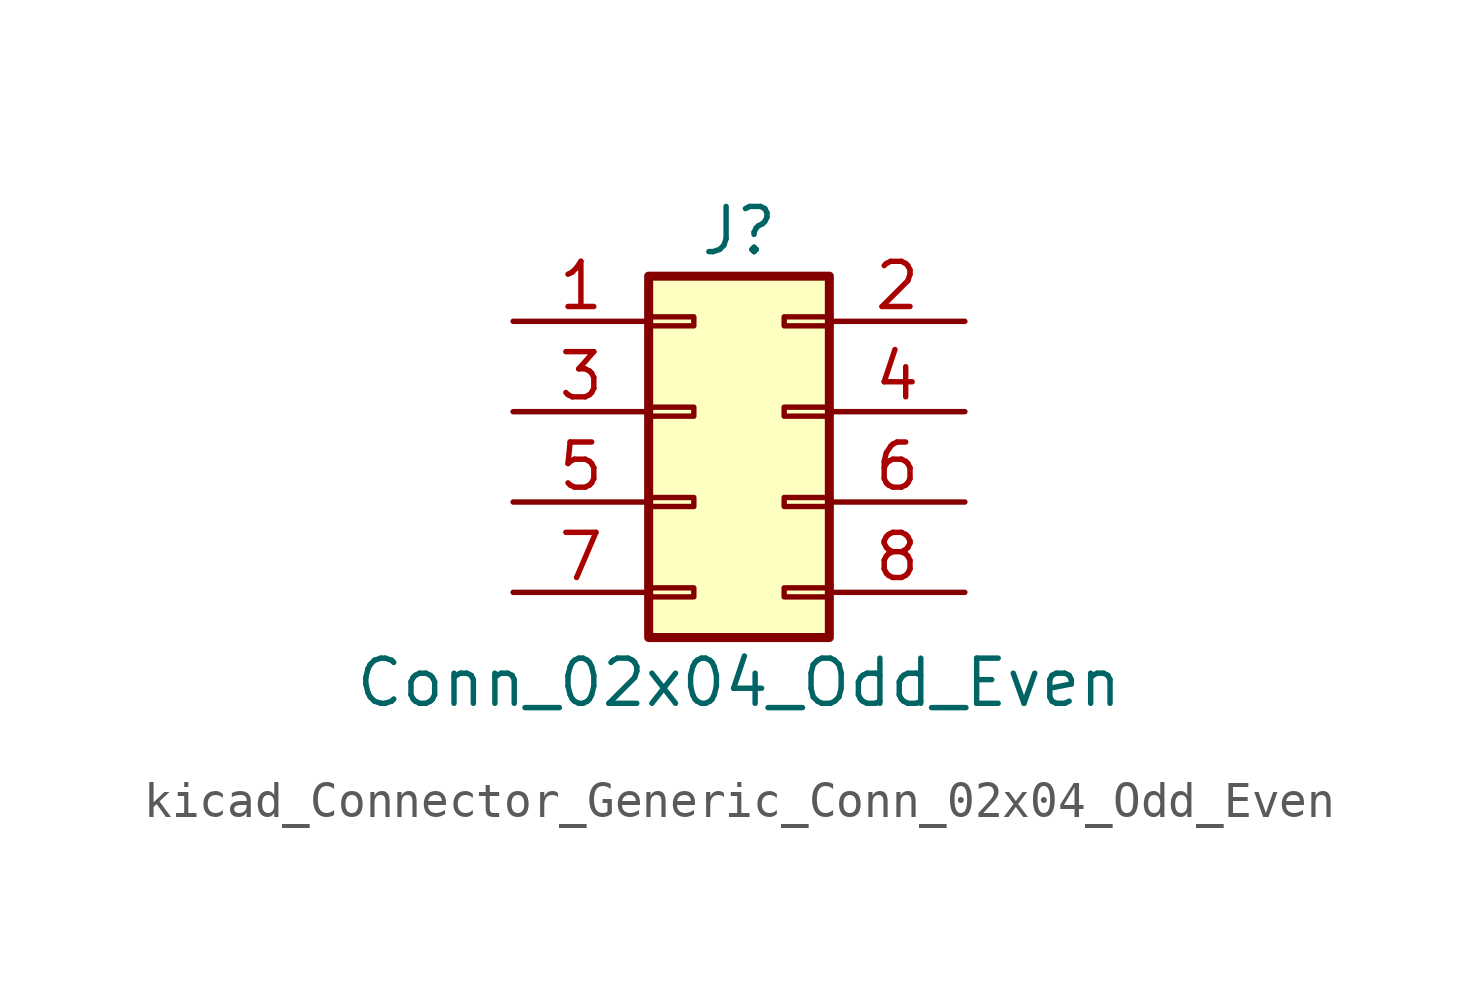
<source format=kicad_sym>
(kicad_symbol_lib
  (version 20220914)
  (generator kicad_symbol_editor)
  (symbol "kicad_Connector_Generic_Conn_02x04_Odd_Even"
    (pin_names
      (offset 1.016) hide)
    (property "Reference" "J"
      (at 1.27 5.08 0)
      (effects (font (size 1.27 1.27))))
    (property "Value" "Conn_02x04_Odd_Even"
      (at 1.27 -7.62 0)
      (effects (font (size 1.27 1.27))))
    (symbol "kicad_Connector_Generic_Conn_02x04_Odd_Even_1_1"
      (rectangle (start -1.27 -4.953) (end 0 -5.207) (stroke (width 0.152) (type default)) (fill (type none)))
      (rectangle (start -1.27 -2.413) (end 0 -2.667) (stroke (width 0.152) (type default)) (fill (type none)))
      (rectangle (start -1.27 0.127) (end 0 -0.127) (stroke (width 0.152) (type default)) (fill (type none)))
      (rectangle (start -1.27 2.667) (end 0 2.413) (stroke (width 0.152) (type default)) (fill (type none)))
      (rectangle (start -1.27 3.81) (end 3.81 -6.35) (stroke (width 0.254) (type default)) (fill (type background)))
      (rectangle (start 3.81 -4.953) (end 2.54 -5.207) (stroke (width 0.152) (type default)) (fill (type none)))
      (rectangle (start 3.81 -2.413) (end 2.54 -2.667) (stroke (width 0.152) (type default)) (fill (type none)))
      (rectangle (start 3.81 0.127) (end 2.54 -0.127) (stroke (width 0.152) (type default)) (fill (type none)))
      (rectangle (start 3.81 2.667) (end 2.54 2.413) (stroke (width 0.152) (type default)) (fill (type none)))
      (pin passive line (at -5.08 2.54 0) (length 3.81) (name "Pin_1" (effects (font (size 1.27 1.27)))) (number "1" (effects (font (size 1.27 1.27)))))
      (pin passive line (at 7.62 2.54 180) (length 3.81) (name "Pin_2" (effects (font (size 1.27 1.27)))) (number "2" (effects (font (size 1.27 1.27)))))
      (pin passive line (at -5.08 0 0) (length 3.81) (name "Pin_3" (effects (font (size 1.27 1.27)))) (number "3" (effects (font (size 1.27 1.27)))))
      (pin passive line (at 7.62 0 180) (length 3.81) (name "Pin_4" (effects (font (size 1.27 1.27)))) (number "4" (effects (font (size 1.27 1.27)))))
      (pin passive line (at -5.08 -2.54 0) (length 3.81) (name "Pin_5" (effects (font (size 1.27 1.27)))) (number "5" (effects (font (size 1.27 1.27)))))
      (pin passive line (at 7.62 -2.54 180) (length 3.81) (name "Pin_6" (effects (font (size 1.27 1.27)))) (number "6" (effects (font (size 1.27 1.27)))))
      (pin passive line (at -5.08 -5.08 0) (length 3.81) (name "Pin_7" (effects (font (size 1.27 1.27)))) (number "7" (effects (font (size 1.27 1.27)))))
      (pin passive line (at 7.62 -5.08 180) (length 3.81) (name "Pin_8" (effects (font (size 1.27 1.27)))) (number "8" (effects (font (size 1.27 1.27))))))))
</source>
